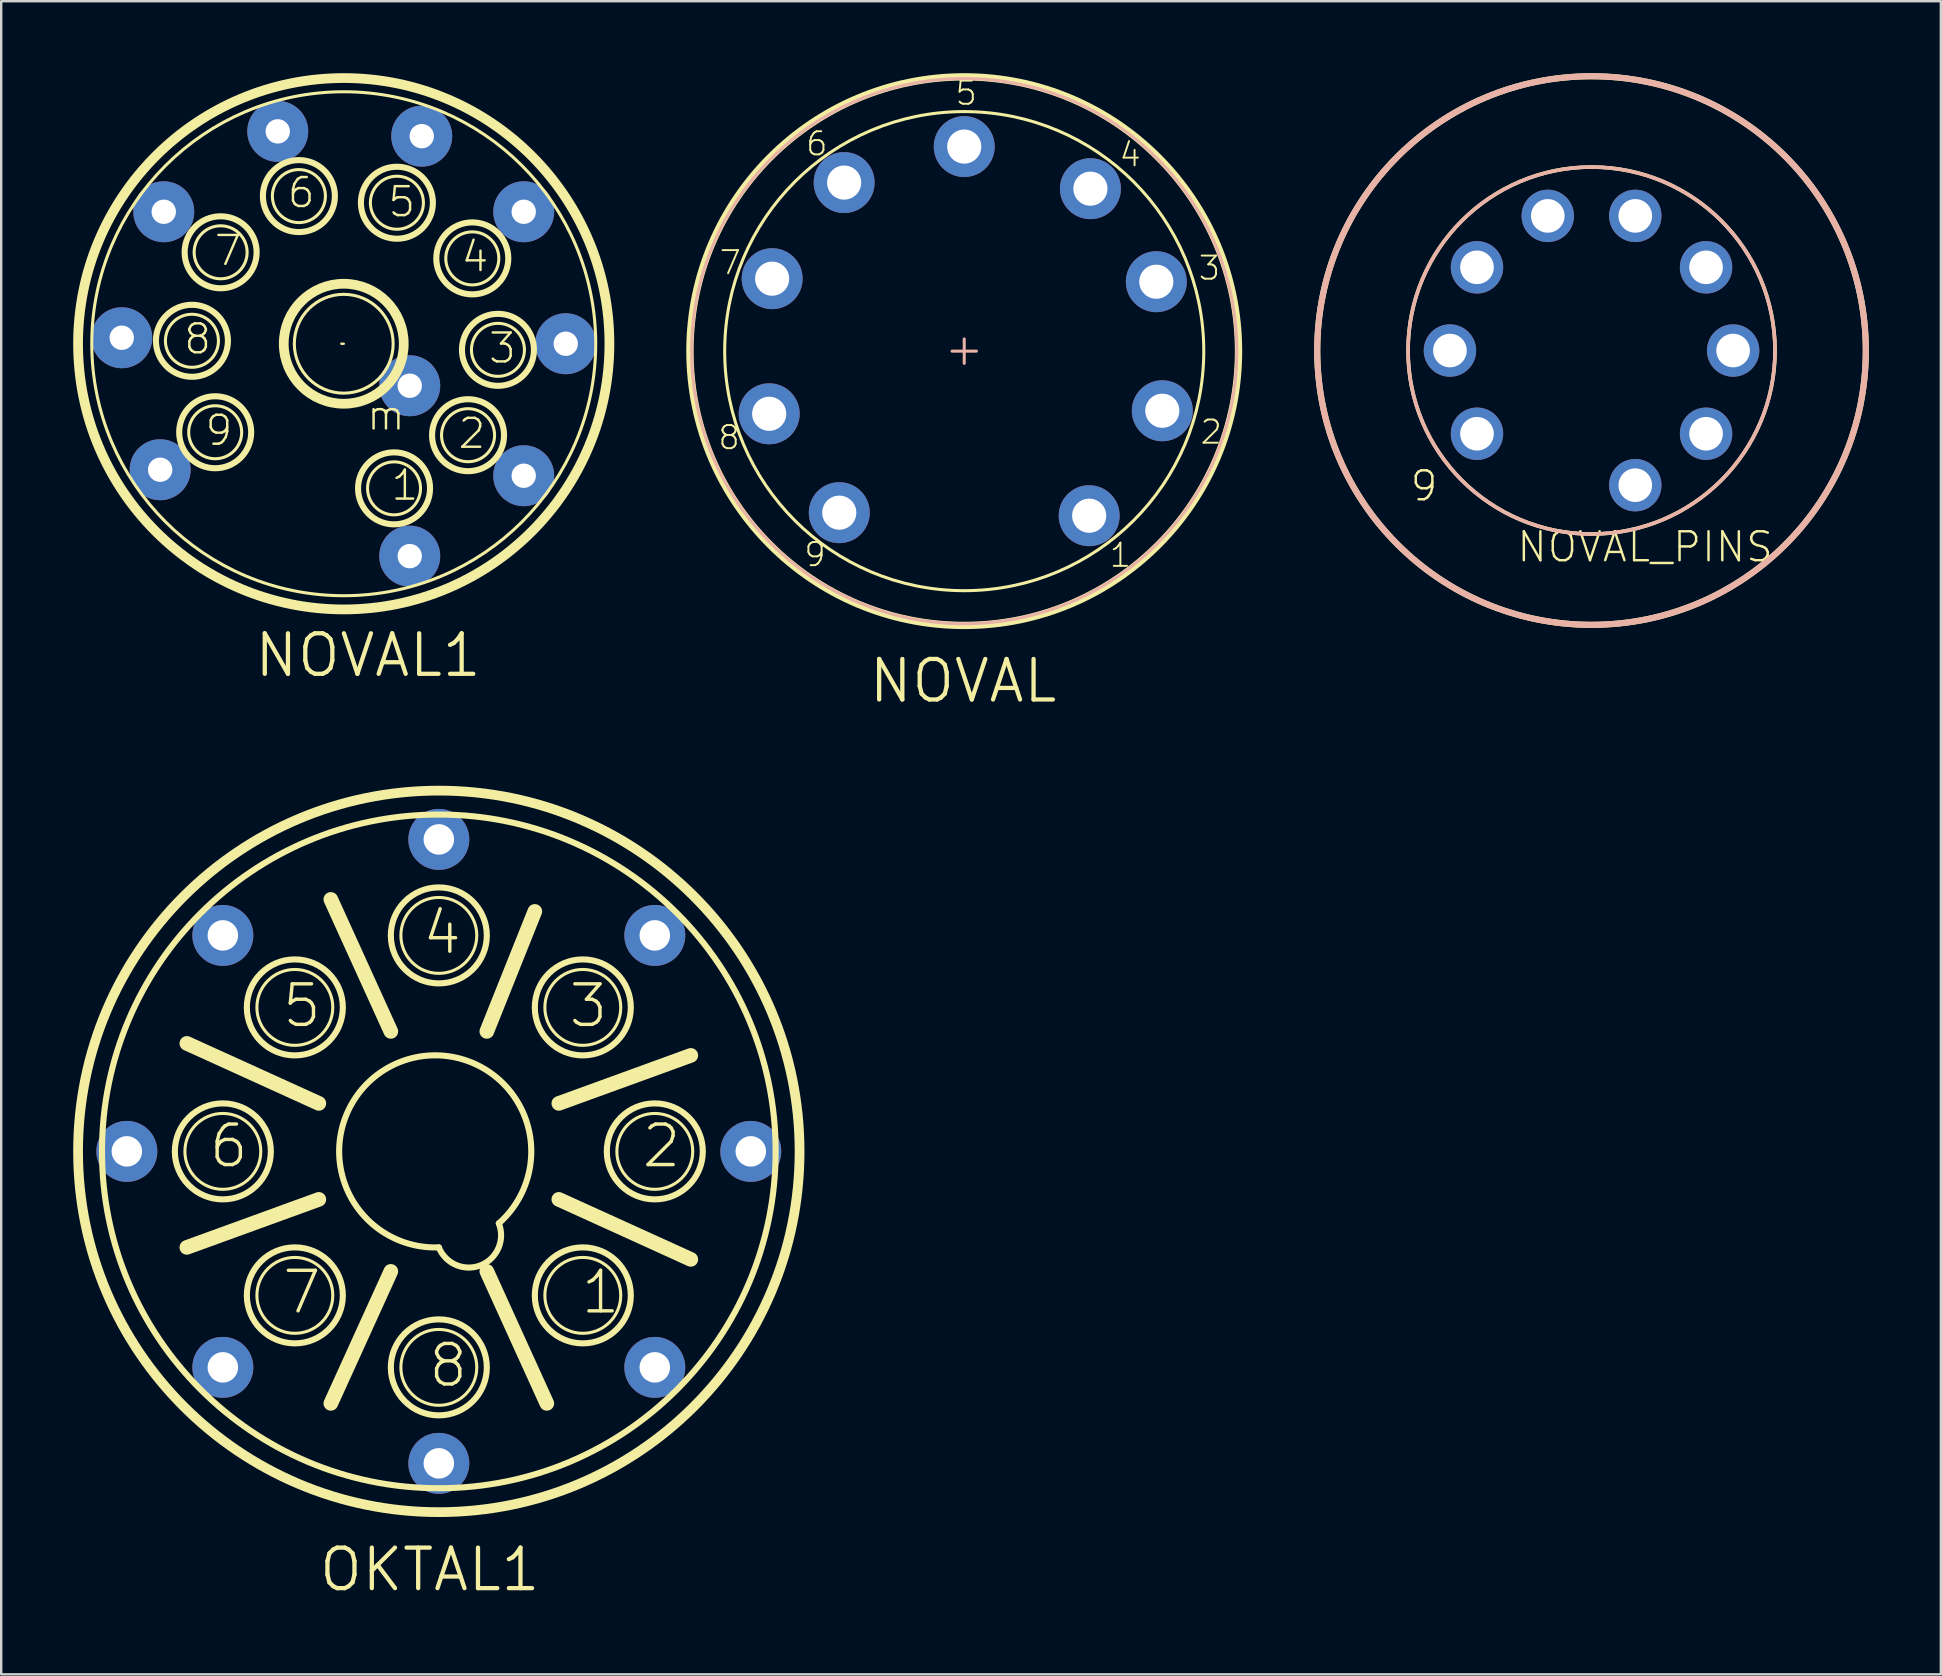
<source format=kicad_pcb>
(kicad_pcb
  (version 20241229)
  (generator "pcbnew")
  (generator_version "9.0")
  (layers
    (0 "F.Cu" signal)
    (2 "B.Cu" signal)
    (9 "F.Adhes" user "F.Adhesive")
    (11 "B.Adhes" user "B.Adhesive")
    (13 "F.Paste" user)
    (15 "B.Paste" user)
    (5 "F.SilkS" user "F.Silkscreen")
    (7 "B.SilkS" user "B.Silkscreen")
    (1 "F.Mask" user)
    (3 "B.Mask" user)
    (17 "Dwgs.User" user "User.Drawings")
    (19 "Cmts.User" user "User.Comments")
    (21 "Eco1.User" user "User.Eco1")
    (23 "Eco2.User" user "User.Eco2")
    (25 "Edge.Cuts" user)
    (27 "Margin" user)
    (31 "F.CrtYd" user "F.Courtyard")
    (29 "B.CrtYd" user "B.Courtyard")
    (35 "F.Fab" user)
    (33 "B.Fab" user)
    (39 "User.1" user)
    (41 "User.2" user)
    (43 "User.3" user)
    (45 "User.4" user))
  (footprint "NOVAL_PINS"
    (layer "F.Cu")
    (at 63.27 11.557)
    (property "Reference" "NOVAL_PINS" (at -3.175 8.89 0) (layer "F.SilkS") (effects (font (size 1.206 1.206) (thickness 0.102)) (justify left bottom)))
    (attr through_hole)
    (fp_circle (center 0 0) (end 7.646 0) (stroke (width 0.152) (type solid)) (fill no) (layer "F.SilkS"))
    (fp_circle (center 0 0) (end 11.43 0) (stroke (width 0.254) (type solid)) (fill no) (layer "F.SilkS"))
    (fp_circle (center 0 0) (end 7.646 0) (stroke (width 0.152) (type solid)) (fill no) (layer "B.SilkS"))
    (fp_circle (center 0 0) (end 11.43 0) (stroke (width 0.254) (type solid)) (fill no) (layer "B.SilkS"))
    (fp_text user "9" (at -7.62 6.35 0) (layer "F.SilkS") (effects (font (size 1.206 1.206) (thickness 0.102)) (justify left bottom)))
    (pad "1" thru_hole oval (at 1.823 5.611 108) (size 2.184 2.184) (drill 1.4) (layers "*.Cu" "*.Mask"))
    (pad "2" thru_hole oval (at 4.773 3.468 144) (size 2.184 2.184) (drill 1.4) (layers "*.Cu" "*.Mask"))
    (pad "3" thru_hole oval (at 5.9 0) (size 2.184 2.184) (drill 1.4) (layers "*.Cu" "*.Mask"))
    (pad "4" thru_hole oval (at 4.773 -3.468 36) (size 2.184 2.184) (drill 1.4) (layers "*.Cu" "*.Mask"))
    (pad "5" thru_hole oval (at 1.823 -5.611 72) (size 2.184 2.184) (drill 1.4) (layers "*.Cu" "*.Mask"))
    (pad "6" thru_hole oval (at -1.823 -5.611 108) (size 2.184 2.184) (drill 1.4) (layers "*.Cu" "*.Mask"))
    (pad "7" thru_hole oval (at -4.773 -3.468 144) (size 2.184 2.184) (drill 1.4) (layers "*.Cu" "*.Mask"))
    (pad "8" thru_hole oval (at -5.9 0) (size 2.184 2.184) (drill 1.4) (layers "*.Cu" "*.Mask"))
    (pad "9" thru_hole oval (at -4.773 3.468 36) (size 2.184 2.184) (drill 1.4) (layers "*.Cu" "*.Mask")))
  (footprint "NOVAL1"
    (layer "F.Cu")
    (at 11.274 11.274)
    (property "Reference" "NOVAL1" (at -3.81 13.97 0) (layer "F.SilkS") (effects (font (size 1.689 1.689) (thickness 0.178)) (justify left bottom)))
    (attr through_hole)
    (fp_line (start 0 0) (end -0.1 0) (stroke (width 0.1) (type solid)) (layer "F.SilkS"))
    (fp_circle (center -6.326 -0.123) (end -5.221 -0.123) (stroke (width 0.127) (type solid)) (fill no) (layer "F.SilkS"))
    (fp_circle (center -6.326 -0.123) (end -4.826 -0.123) (stroke (width 0.254) (type solid)) (fill no) (layer "F.SilkS"))
    (fp_circle (center -5.357 3.688) (end -4.253 3.688) (stroke (width 0.127) (type solid)) (fill no) (layer "F.SilkS"))
    (fp_circle (center -5.357 3.688) (end -3.857 3.688) (stroke (width 0.254) (type solid)) (fill no) (layer "F.SilkS"))
    (fp_circle (center -5.13 -3.811) (end -4.026 -3.811) (stroke (width 0.127) (type solid)) (fill no) (layer "F.SilkS"))
    (fp_circle (center -5.13 -3.811) (end -3.63 -3.811) (stroke (width 0.254) (type solid)) (fill no) (layer "F.SilkS"))
    (fp_circle (center -1.869 -6.153) (end -0.764 -6.153) (stroke (width 0.127) (type solid)) (fill no) (layer "F.SilkS"))
    (fp_circle (center -1.869 -6.153) (end -0.369 -6.153) (stroke (width 0.254) (type solid)) (fill no) (layer "F.SilkS"))
    (fp_circle (center 0 0) (end 2.059 0) (stroke (width 0.127) (type solid)) (fill no) (layer "F.SilkS"))
    (fp_circle (center 0 0) (end 2.5 0) (stroke (width 0.406) (type solid)) (fill no) (layer "F.SilkS"))
    (fp_circle (center 0 0) (end 10.5 0) (stroke (width 0.127) (type solid)) (fill no) (layer "F.SilkS"))
    (fp_circle (center 0 0) (end 11.071 0) (stroke (width 0.406) (type solid)) (fill no) (layer "F.SilkS"))
    (fp_circle (center 2.096 6.026) (end 3.2 6.026) (stroke (width 0.127) (type solid)) (fill no) (layer "F.SilkS"))
    (fp_circle (center 2.096 6.026) (end 3.596 6.026) (stroke (width 0.254) (type solid)) (fill no) (layer "F.SilkS"))
    (fp_circle (center 2.215 -5.876) (end 3.32 -5.876) (stroke (width 0.127) (type solid)) (fill no) (layer "F.SilkS"))
    (fp_circle (center 2.215 -5.876) (end 3.715 -5.876) (stroke (width 0.254) (type solid)) (fill no) (layer "F.SilkS"))
    (fp_circle (center 5.18 3.811) (end 6.285 3.811) (stroke (width 0.127) (type solid)) (fill no) (layer "F.SilkS"))
    (fp_circle (center 5.18 3.811) (end 6.68 3.811) (stroke (width 0.254) (type solid)) (fill no) (layer "F.SilkS"))
    (fp_circle (center 5.357 -3.557) (end 6.462 -3.557) (stroke (width 0.127) (type solid)) (fill no) (layer "F.SilkS"))
    (fp_circle (center 5.357 -3.557) (end 6.857 -3.557) (stroke (width 0.254) (type solid)) (fill no) (layer "F.SilkS"))
    (fp_circle (center 6.426 0.254) (end 7.53 0.254) (stroke (width 0.127) (type solid)) (fill no) (layer "F.SilkS"))
    (fp_circle (center 6.426 0.254) (end 7.926 0.254) (stroke (width 0.254) (type solid)) (fill no) (layer "F.SilkS"))
    (fp_text user "1" (at 1.905 6.604 0) (layer "F.SilkS") (effects (font (size 1.206 1.206) (thickness 0.102)) (justify left bottom)))
    (fp_text user "3" (at 5.969 0.889 0) (layer "F.SilkS") (effects (font (size 1.206 1.206) (thickness 0.102)) (justify left bottom)))
    (fp_text user "4" (at 4.826 -2.921 0) (layer "F.SilkS") (effects (font (size 1.206 1.206) (thickness 0.102)) (justify left bottom)))
    (fp_text user "8" (at -6.731 0.508 0) (layer "F.SilkS") (effects (font (size 1.206 1.206) (thickness 0.102)) (justify left bottom)))
    (fp_text user "5" (at 1.778 -5.207 0) (layer "F.SilkS") (effects (font (size 1.206 1.206) (thickness 0.102)) (justify left bottom)))
    (fp_text user "7" (at -5.461 -3.175 0) (layer "F.SilkS") (effects (font (size 1.206 1.206) (thickness 0.102)) (justify left bottom)))
    (fp_text user "6" (at -2.413 -5.588 0) (layer "F.SilkS") (effects (font (size 1.206 1.206) (thickness 0.102)) (justify left bottom)))
    (fp_text user "m" (at 0.889 3.683 0) (layer "F.SilkS") (effects (font (size 1.206 1.206) (thickness 0.102)) (justify left bottom)))
    (fp_text user "9" (at -5.842 4.318 0) (layer "F.SilkS") (effects (font (size 1.206 1.206) (thickness 0.102)) (justify left bottom)))
    (fp_text user "2" (at 4.699 4.445 0) (layer "F.SilkS") (effects (font (size 1.206 1.206) (thickness 0.102)) (justify left bottom)))
    (pad "1" thru_hole oval (at 2.75 8.85) (size 2.54 2.54) (drill 1.016) (layers "*.Cu" "*.Mask"))
    (pad "2" thru_hole oval (at 7.5 5.5) (size 2.54 2.54) (drill 1.016) (layers "*.Cu" "*.Mask"))
    (pad "3" thru_hole oval (at 9.25 0) (size 2.54 2.54) (drill 1.016) (layers "*.Cu" "*.Mask"))
    (pad "4" thru_hole oval (at 7.5 -5.5) (size 2.54 2.54) (drill 1.016) (layers "*.Cu" "*.Mask"))
    (pad "5" thru_hole oval (at 3.25 -8.65) (size 2.54 2.54) (drill 1.016) (layers "*.Cu" "*.Mask"))
    (pad "6" thru_hole oval (at -2.75 -8.85) (size 2.54 2.54) (drill 1.016) (layers "*.Cu" "*.Mask"))
    (pad "7" thru_hole oval (at -7.5 -5.5) (size 2.54 2.54) (drill 1.016) (layers "*.Cu" "*.Mask"))
    (pad "8" thru_hole oval (at -9.25 -0.25) (size 2.54 2.54) (drill 1.016) (layers "*.Cu" "*.Mask"))
    (pad "9" thru_hole oval (at -7.65 5.25) (size 2.54 2.54) (drill 1.016) (layers "*.Cu" "*.Mask"))
    (pad "M" thru_hole oval (at 2.75 1.75) (size 2.54 2.54) (drill 1.016) (layers "*.Cu" "*.Mask")))
  (footprint "OKTAL1"
    (layer "F.Cu")
    (at 15.236 44.929)
    (property "Reference" "OKTAL1" (at -5.08 18.415 0) (layer "F.SilkS") (effects (font (size 1.689 1.689) (thickness 0.178)) (justify left bottom)))
    (attr through_hole)
    (fp_line (start -5 -2) (end -10.5 -4.5) (stroke (width 0.61) (type solid)) (layer "F.SilkS"))
    (fp_line (start -5 2) (end -10.5 4) (stroke (width 0.61) (type solid)) (layer "F.SilkS"))
    (fp_line (start -2 -5) (end -4.5 -10.5) (stroke (width 0.61) (type solid)) (layer "F.SilkS"))
    (fp_line (start -2 5) (end -4.5 10.5) (stroke (width 0.61) (type solid)) (layer "F.SilkS"))
    (fp_line (start 2 -5) (end 4 -10) (stroke (width 0.61) (type solid)) (layer "F.SilkS"))
    (fp_line (start 2 5) (end 4.5 10.5) (stroke (width 0.61) (type solid)) (layer "F.SilkS"))
    (fp_line (start 5 -2) (end 10.5 -4) (stroke (width 0.61) (type solid)) (layer "F.SilkS"))
    (fp_line (start 5 2) (end 10.5 4.5) (stroke (width 0.61) (type solid)) (layer "F.SilkS"))
    (fp_arc (start 0 4) (mid -1.636607 -3.716517) (end 2.5 3) (stroke (width 0.254) (type solid)) (layer "F.SilkS"))
    (fp_arc (start 2.5 3) (mid 1.75 4.75) (end 0 4) (stroke (width 0.254) (type solid)) (layer "F.SilkS"))
    (fp_circle (center -9 0) (end -7.419 0) (stroke (width 0.127) (type solid)) (fill no) (layer "F.SilkS"))
    (fp_circle (center -9 0) (end -7 0) (stroke (width 0.254) (type solid)) (fill no) (layer "F.SilkS"))
    (fp_circle (center -6 -6) (end -4.419 -6) (stroke (width 0.127) (type solid)) (fill no) (layer "F.SilkS"))
    (fp_circle (center -6 -6) (end -4 -6) (stroke (width 0.254) (type solid)) (fill no) (layer "F.SilkS"))
    (fp_circle (center -6 6) (end -4.419 6) (stroke (width 0.127) (type solid)) (fill no) (layer "F.SilkS"))
    (fp_circle (center -6 6) (end -4 6) (stroke (width 0.254) (type solid)) (fill no) (layer "F.SilkS"))
    (fp_circle (center 0 -9) (end 1.581 -9) (stroke (width 0.127) (type solid)) (fill no) (layer "F.SilkS"))
    (fp_circle (center 0 -9) (end 2 -9) (stroke (width 0.254) (type solid)) (fill no) (layer "F.SilkS"))
    (fp_circle (center 0 0) (end 14.036 0) (stroke (width 0.254) (type solid)) (fill no) (layer "F.SilkS"))
    (fp_circle (center 0 0) (end 15.033 0) (stroke (width 0.406) (type solid)) (fill no) (layer "F.SilkS"))
    (fp_circle (center 0 9) (end 1.581 9) (stroke (width 0.127) (type solid)) (fill no) (layer "F.SilkS"))
    (fp_circle (center 0 9) (end 2 9) (stroke (width 0.254) (type solid)) (fill no) (layer "F.SilkS"))
    (fp_circle (center 6 -6) (end 7.581 -6) (stroke (width 0.127) (type solid)) (fill no) (layer "F.SilkS"))
    (fp_circle (center 6 -6) (end 8 -6) (stroke (width 0.254) (type solid)) (fill no) (layer "F.SilkS"))
    (fp_circle (center 6 6) (end 7.581 6) (stroke (width 0.127) (type solid)) (fill no) (layer "F.SilkS"))
    (fp_circle (center 6 6) (end 8 6) (stroke (width 0.254) (type solid)) (fill no) (layer "F.SilkS"))
    (fp_circle (center 9 0) (end 10.581 0) (stroke (width 0.127) (type solid)) (fill no) (layer "F.SilkS"))
    (fp_circle (center 9 0) (end 11 0) (stroke (width 0.254) (type solid)) (fill no) (layer "F.SilkS"))
    (fp_text user "1" (at 5.842 6.858 0) (layer "F.SilkS") (effects (font (size 1.689 1.689) (thickness 0.142)) (justify left bottom)))
    (fp_text user "6" (at -9.652 0.762 0) (layer "F.SilkS") (effects (font (size 1.689 1.689) (thickness 0.142)) (justify left bottom)))
    (fp_text user "8" (at -0.508 9.906 0) (layer "F.SilkS") (effects (font (size 1.689 1.689) (thickness 0.142)) (justify left bottom)))
    (fp_text user "2" (at 8.382 0.762 0) (layer "F.SilkS") (effects (font (size 1.689 1.689) (thickness 0.142)) (justify left bottom)))
    (fp_text user "5" (at -6.604 -5.08 0) (layer "F.SilkS") (effects (font (size 1.689 1.689) (thickness 0.142)) (justify left bottom)))
    (fp_text user "7" (at -6.604 6.858 0) (layer "F.SilkS") (effects (font (size 1.689 1.689) (thickness 0.142)) (justify left bottom)))
    (fp_text user "4" (at -0.762 -8.128 0) (layer "F.SilkS") (effects (font (size 1.689 1.689) (thickness 0.142)) (justify left bottom)))
    (fp_text user "3" (at 5.334 -5.08 0) (layer "F.SilkS") (effects (font (size 1.689 1.689) (thickness 0.142)) (justify left bottom)))
    (pad "1" thru_hole oval (at 9 9) (size 2.54 2.54) (drill 1.27) (layers "*.Cu" "*.Mask"))
    (pad "2" thru_hole oval (at 13 0) (size 2.54 2.54) (drill 1.27) (layers "*.Cu" "*.Mask"))
    (pad "3" thru_hole oval (at 9 -9) (size 2.54 2.54) (drill 1.27) (layers "*.Cu" "*.Mask"))
    (pad "4" thru_hole oval (at 0 -13) (size 2.54 2.54) (drill 1.27) (layers "*.Cu" "*.Mask"))
    (pad "5" thru_hole oval (at -9 -9) (size 2.54 2.54) (drill 1.27) (layers "*.Cu" "*.Mask"))
    (pad "6" thru_hole oval (at -13 0) (size 2.54 2.54) (drill 1.27) (layers "*.Cu" "*.Mask"))
    (pad "7" thru_hole oval (at -9 9) (size 2.54 2.54) (drill 1.27) (layers "*.Cu" "*.Mask"))
    (pad "8" thru_hole oval (at 0 13) (size 2.54 2.54) (drill 1.27) (layers "*.Cu" "*.Mask")))
  (footprint "NOVAL"
    (layer "F.Cu")
    (at 37.13 11.582)
    (property "Reference" "NOVAL" (at -4.064 14.732 0) (layer "F.SilkS") (effects (font (size 1.689 1.689) (thickness 0.178)) (justify left bottom)))
    (attr through_hole)
    (fp_circle (center 0 0) (end 9.982 0) (stroke (width 0.127) (type solid)) (fill no) (layer "F.SilkS"))
    (fp_circle (center 0 0) (end 11.43 0) (stroke (width 0.305) (type solid)) (fill no) (layer "F.SilkS"))
    (fp_line (start -0.508 0) (end 0.508 0) (stroke (width 0.127) (type solid)) (layer "B.SilkS"))
    (fp_line (start 0 -0.508) (end 0 0.508) (stroke (width 0.127) (type solid)) (layer "B.SilkS"))
    (fp_circle (center 0 0) (end 11.359 0) (stroke (width 0.127) (type solid)) (fill no) (layer "B.SilkS"))
    (fp_text user "5" (at -0.432 -10.185 0) (layer "F.SilkS") (effects (font (size 0.965 0.965) (thickness 0.081)) (justify left bottom)))
    (fp_text user "2" (at 9.779 3.937 0) (layer "F.SilkS") (effects (font (size 0.965 0.965) (thickness 0.081)) (justify left bottom)))
    (fp_text user "1" (at 5.994 9.068 0) (layer "F.SilkS") (effects (font (size 0.965 0.965) (thickness 0.081)) (justify left bottom)))
    (fp_text user "9" (at -6.731 9.042 0) (layer "F.SilkS") (effects (font (size 0.965 0.965) (thickness 0.081)) (justify left bottom)))
    (fp_text user "8" (at -10.312 4.166 0) (layer "F.SilkS") (effects (font (size 0.965 0.965) (thickness 0.081)) (justify left bottom)))
    (fp_text user "4" (at 6.401 -7.62 0) (layer "F.SilkS") (effects (font (size 0.965 0.965) (thickness 0.081)) (justify left bottom)))
    (fp_text user "6" (at -6.655 -8.077 0) (layer "F.SilkS") (effects (font (size 0.965 0.965) (thickness 0.081)) (justify left bottom)))
    (fp_text user "7" (at -10.262 -3.124 0) (layer "F.SilkS") (effects (font (size 0.965 0.965) (thickness 0.081)) (justify left bottom)))
    (fp_text user "3" (at 9.703 -2.896 0) (layer "F.SilkS") (effects (font (size 0.965 0.965) (thickness 0.081)) (justify left bottom)))
    (pad "1" thru_hole oval (at 5.207 6.858) (size 2.54 2.54) (drill 1.422) (layers "*.Cu" "*.Mask"))
    (pad "2" thru_hole oval (at 8.254 2.484) (size 2.54 2.54) (drill 1.422) (layers "*.Cu" "*.Mask"))
    (pad "3" thru_hole oval (at 8.004 -2.893) (size 2.54 2.54) (drill 1.422) (layers "*.Cu" "*.Mask"))
    (pad "4" thru_hole oval (at 5.258 -6.77) (size 2.54 2.54) (drill 1.422) (layers "*.Cu" "*.Mask"))
    (pad "5" thru_hole oval (at 0 -8.524) (size 2.54 2.54) (drill 1.422) (layers "*.Cu" "*.Mask"))
    (pad "6" thru_hole oval (at -5.004 -7.024) (size 2.54 2.54) (drill 1.422) (layers "*.Cu" "*.Mask"))
    (pad "7" thru_hole oval (at -8.004 -3.02) (size 2.54 2.54) (drill 1.422) (layers "*.Cu" "*.Mask"))
    (pad "8" thru_hole oval (at -8.127 2.611) (size 2.54 2.54) (drill 1.422) (layers "*.Cu" "*.Mask"))
    (pad "9" thru_hole oval (at -5.207 6.731) (size 2.54 2.54) (drill 1.422) (layers "*.Cu" "*.Mask")))
  (gr_rect
    (start -3 -3)
    (end 77.827 66.721)
    (stroke (width 0.1) (type default))
    (fill no)
    (layer "Edge.Cuts")))
</source>
